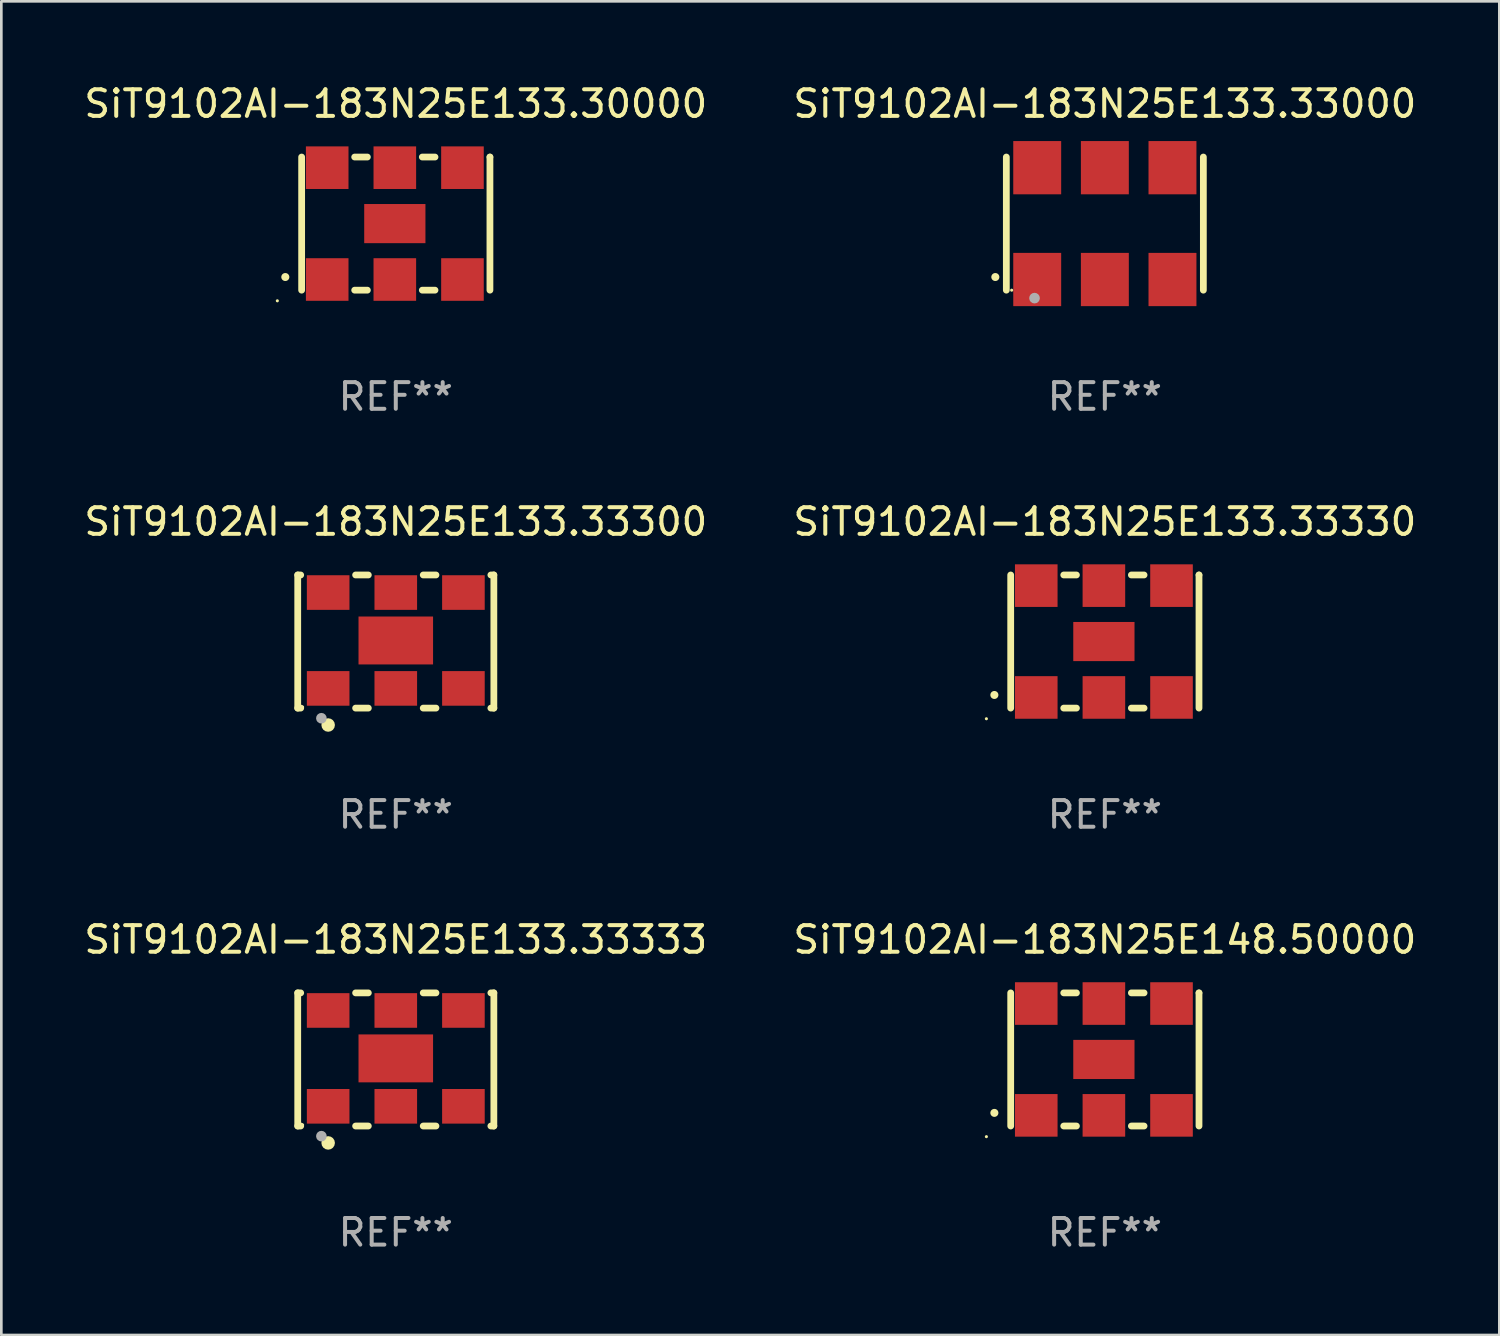
<source format=kicad_pcb>
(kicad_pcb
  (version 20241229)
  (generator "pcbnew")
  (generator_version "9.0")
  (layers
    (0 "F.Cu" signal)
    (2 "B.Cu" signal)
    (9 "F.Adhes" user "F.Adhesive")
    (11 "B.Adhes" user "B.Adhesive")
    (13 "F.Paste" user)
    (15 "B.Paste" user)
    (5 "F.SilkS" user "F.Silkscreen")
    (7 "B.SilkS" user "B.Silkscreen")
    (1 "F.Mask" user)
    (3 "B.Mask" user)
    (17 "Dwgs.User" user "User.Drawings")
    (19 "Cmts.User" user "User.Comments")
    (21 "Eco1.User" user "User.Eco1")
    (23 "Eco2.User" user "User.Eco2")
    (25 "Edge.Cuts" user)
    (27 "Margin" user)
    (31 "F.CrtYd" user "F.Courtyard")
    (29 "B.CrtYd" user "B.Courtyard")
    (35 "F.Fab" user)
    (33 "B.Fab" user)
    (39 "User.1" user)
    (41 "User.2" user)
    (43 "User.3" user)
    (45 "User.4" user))
  (footprint "SiT9102AI-183N25E133.33000"
    (layer "F.Cu")
    (at 38.446 5.348)
    (property "Reference" "SiT9102AI-183N25E133.33000" (at 0 -4.5 0) (layer "F.SilkS") (effects (font (size 1 1) (thickness 0.15))))
    (attr through_hole)
    (fp_line (start -3.7 -2.5) (end -3.7 2.5) (stroke (width 0.254) (type solid)) (layer "F.SilkS"))
    (fp_line (start 3.7 -2.5) (end 3.7 2.5) (stroke (width 0.254) (type solid)) (layer "F.SilkS"))
    (fp_arc (start -4.114415 2.006604) (mid -4.113145 2.006599) (end -4.111875 2.006604) (stroke (width 0.3) (type solid)) (layer "F.SilkS"))
    (fp_circle (center -3.5 2.501) (end -3.47 2.501) (stroke (width 0.06) (type solid)) (fill no) (layer "F.SilkS"))
    (fp_circle (center -2.641 2.799) (end -2.541 2.799) (stroke (width 0.2) (type solid)) (fill no) (layer "F.Fab"))
    (fp_text user "REF**" (at 0 6.5 0) (layer "F.Fab") (effects (font (size 1 1) (thickness 0.15))))
    (pad "1" smd rect (at -2.54 2.1) (size 1.8 2) (layers "F.Cu" "F.Mask" "F.Paste"))
    (pad "2" smd rect (at 0.000394 2.1) (size 1.8 2) (layers "F.Cu" "F.Mask" "F.Paste"))
    (pad "3" smd rect (at 2.54 2.1) (size 1.8 2) (layers "F.Cu" "F.Mask" "F.Paste"))
    (pad "4" smd rect (at 2.54 -2.1) (size 1.8 2) (layers "F.Cu" "F.Mask" "F.Paste"))
    (pad "5" smd rect (at 0.000394 -2.1) (size 1.8 2) (layers "F.Cu" "F.Mask" "F.Paste"))
    (pad "6" smd rect (at -2.54 -2.1) (size 1.8 2) (layers "F.Cu" "F.Mask" "F.Paste")))
  (footprint "SiT9102AI-183N25E133.30000"
    (layer "F.Cu")
    (at 11.815 5.348)
    (property "Reference" "SiT9102AI-183N25E133.30000" (at 0 -4.5 0) (layer "F.SilkS") (effects (font (size 1 1) (thickness 0.15))))
    (attr through_hole)
    (fp_line (start -3.536 -2.5) (end -3.536 2.5) (stroke (width 0.254) (type solid)) (layer "F.SilkS"))
    (fp_line (start -1.544 2.5) (end -1.067 2.5) (stroke (width 0.254) (type solid)) (layer "F.SilkS"))
    (fp_line (start -1.067 -2.5) (end -1.544 -2.5) (stroke (width 0.254) (type solid)) (layer "F.SilkS"))
    (fp_line (start 0.996 2.5) (end 1.473 2.5) (stroke (width 0.254) (type solid)) (layer "F.SilkS"))
    (fp_line (start 1.473 -2.5) (end 0.996 -2.5) (stroke (width 0.254) (type solid)) (layer "F.SilkS"))
    (fp_line (start 3.536 -2.5) (end 3.536 -2.5) (stroke (width 0.254) (type solid)) (layer "F.SilkS"))
    (fp_line (start 3.536 2.5) (end 3.536 -2.5) (stroke (width 0.254) (type solid)) (layer "F.SilkS"))
    (fp_arc (start -4.150432 2.006604) (mid -4.149162 2.006599) (end -4.147892 2.006604) (stroke (width 0.3) (type solid)) (layer "F.SilkS"))
    (fp_circle (center -4.449 2.9) (end -4.419 2.9) (stroke (width 0.06) (type solid)) (fill no) (layer "F.SilkS"))
    (fp_text user "REF**" (at 0 6.5 0) (layer "F.Fab") (effects (font (size 1 1) (thickness 0.15))))
    (pad "1" smd rect (at -2.576 2.1) (size 1.6 1.6) (layers "F.Cu" "F.Mask" "F.Paste"))
    (pad "2" smd rect (at -0.036 2.1) (size 1.6 1.6) (layers "F.Cu" "F.Mask" "F.Paste"))
    (pad "3" smd rect (at 2.504 2.1) (size 1.6 1.6) (layers "F.Cu" "F.Mask" "F.Paste"))
    (pad "4" smd rect (at 2.504 -2.1) (size 1.6 1.6) (layers "F.Cu" "F.Mask" "F.Paste"))
    (pad "5" smd rect (at -0.036 -2.1) (size 1.6 1.6) (layers "F.Cu" "F.Mask" "F.Paste"))
    (pad "6" smd rect (at -2.576 -2.1) (size 1.6 1.6) (layers "F.Cu" "F.Mask" "F.Paste"))
    (pad "7" smd rect (at -0.036 0) (size 2.3 1.47) (layers "F.Cu" "F.Mask" "F.Paste")))
  (footprint "SiT9102AI-183N25E148.50000"
    (layer "F.Cu")
    (at 38.446 36.741)
    (property "Reference" "SiT9102AI-183N25E148.50000" (at 0 -4.5 0) (layer "F.SilkS") (effects (font (size 1 1) (thickness 0.15))))
    (attr through_hole)
    (fp_line (start -3.536 -2.5) (end -3.536 2.5) (stroke (width 0.254) (type solid)) (layer "F.SilkS"))
    (fp_line (start -1.544 2.5) (end -1.067 2.5) (stroke (width 0.254) (type solid)) (layer "F.SilkS"))
    (fp_line (start -1.067 -2.5) (end -1.544 -2.5) (stroke (width 0.254) (type solid)) (layer "F.SilkS"))
    (fp_line (start 0.996 2.5) (end 1.473 2.5) (stroke (width 0.254) (type solid)) (layer "F.SilkS"))
    (fp_line (start 1.473 -2.5) (end 0.996 -2.5) (stroke (width 0.254) (type solid)) (layer "F.SilkS"))
    (fp_line (start 3.536 -2.5) (end 3.536 -2.5) (stroke (width 0.254) (type solid)) (layer "F.SilkS"))
    (fp_line (start 3.536 2.5) (end 3.536 -2.5) (stroke (width 0.254) (type solid)) (layer "F.SilkS"))
    (fp_arc (start -4.150432 2.006604) (mid -4.149162 2.006599) (end -4.147892 2.006604) (stroke (width 0.3) (type solid)) (layer "F.SilkS"))
    (fp_circle (center -4.449 2.9) (end -4.419 2.9) (stroke (width 0.06) (type solid)) (fill no) (layer "F.SilkS"))
    (fp_text user "REF**" (at 0 6.5 0) (layer "F.Fab") (effects (font (size 1 1) (thickness 0.15))))
    (pad "1" smd rect (at -2.576 2.1) (size 1.6 1.6) (layers "F.Cu" "F.Mask" "F.Paste"))
    (pad "2" smd rect (at -0.036 2.1) (size 1.6 1.6) (layers "F.Cu" "F.Mask" "F.Paste"))
    (pad "3" smd rect (at 2.504 2.1) (size 1.6 1.6) (layers "F.Cu" "F.Mask" "F.Paste"))
    (pad "4" smd rect (at 2.504 -2.1) (size 1.6 1.6) (layers "F.Cu" "F.Mask" "F.Paste"))
    (pad "5" smd rect (at -0.036 -2.1) (size 1.6 1.6) (layers "F.Cu" "F.Mask" "F.Paste"))
    (pad "6" smd rect (at -2.576 -2.1) (size 1.6 1.6) (layers "F.Cu" "F.Mask" "F.Paste"))
    (pad "7" smd rect (at -0.036 0) (size 2.3 1.47) (layers "F.Cu" "F.Mask" "F.Paste")))
  (footprint "SiT9102AI-183N25E133.33330"
    (layer "F.Cu")
    (at 38.446 21.045)
    (property "Reference" "SiT9102AI-183N25E133.33330" (at 0 -4.5 0) (layer "F.SilkS") (effects (font (size 1 1) (thickness 0.15))))
    (attr through_hole)
    (fp_line (start -3.536 -2.5) (end -3.536 2.5) (stroke (width 0.254) (type solid)) (layer "F.SilkS"))
    (fp_line (start -1.544 2.5) (end -1.067 2.5) (stroke (width 0.254) (type solid)) (layer "F.SilkS"))
    (fp_line (start -1.067 -2.5) (end -1.544 -2.5) (stroke (width 0.254) (type solid)) (layer "F.SilkS"))
    (fp_line (start 0.996 2.5) (end 1.473 2.5) (stroke (width 0.254) (type solid)) (layer "F.SilkS"))
    (fp_line (start 1.473 -2.5) (end 0.996 -2.5) (stroke (width 0.254) (type solid)) (layer "F.SilkS"))
    (fp_line (start 3.536 -2.5) (end 3.536 -2.5) (stroke (width 0.254) (type solid)) (layer "F.SilkS"))
    (fp_line (start 3.536 2.5) (end 3.536 -2.5) (stroke (width 0.254) (type solid)) (layer "F.SilkS"))
    (fp_arc (start -4.150432 2.006604) (mid -4.149162 2.006599) (end -4.147892 2.006604) (stroke (width 0.3) (type solid)) (layer "F.SilkS"))
    (fp_circle (center -4.449 2.9) (end -4.419 2.9) (stroke (width 0.06) (type solid)) (fill no) (layer "F.SilkS"))
    (fp_text user "REF**" (at 0 6.5 0) (layer "F.Fab") (effects (font (size 1 1) (thickness 0.15))))
    (pad "1" smd rect (at -2.576 2.1) (size 1.6 1.6) (layers "F.Cu" "F.Mask" "F.Paste"))
    (pad "2" smd rect (at -0.036 2.1) (size 1.6 1.6) (layers "F.Cu" "F.Mask" "F.Paste"))
    (pad "3" smd rect (at 2.504 2.1) (size 1.6 1.6) (layers "F.Cu" "F.Mask" "F.Paste"))
    (pad "4" smd rect (at 2.504 -2.1) (size 1.6 1.6) (layers "F.Cu" "F.Mask" "F.Paste"))
    (pad "5" smd rect (at -0.036 -2.1) (size 1.6 1.6) (layers "F.Cu" "F.Mask" "F.Paste"))
    (pad "6" smd rect (at -2.576 -2.1) (size 1.6 1.6) (layers "F.Cu" "F.Mask" "F.Paste"))
    (pad "7" smd rect (at -0.036 0) (size 2.3 1.47) (layers "F.Cu" "F.Mask" "F.Paste")))
  (footprint "SiT9102AI-183N25E133.33333"
    (layer "F.Cu")
    (at 11.815 36.741)
    (property "Reference" "SiT9102AI-183N25E133.33333" (at 0 -4.5 0) (layer "F.SilkS") (effects (font (size 1 1) (thickness 0.15))))
    (attr through_hole)
    (fp_line (start -3.683 -2.5) (end -3.571 -2.5) (stroke (width 0.254) (type solid)) (layer "F.SilkS"))
    (fp_line (start -3.683 2.5) (end -3.683 -2.5) (stroke (width 0.254) (type solid)) (layer "F.SilkS"))
    (fp_line (start -3.683 2.5) (end -3.571 2.5) (stroke (width 0.254) (type solid)) (layer "F.SilkS"))
    (fp_line (start -1.509 -2.5) (end -1.031 -2.5) (stroke (width 0.254) (type solid)) (layer "F.SilkS"))
    (fp_line (start -1.509 2.5) (end -1.031 2.5) (stroke (width 0.254) (type solid)) (layer "F.SilkS"))
    (fp_line (start 1.031 -2.5) (end 1.509 -2.5) (stroke (width 0.254) (type solid)) (layer "F.SilkS"))
    (fp_line (start 1.031 2.5) (end 1.509 2.5) (stroke (width 0.254) (type solid)) (layer "F.SilkS"))
    (fp_line (start 3.571 -2.5) (end 3.683 -2.5) (stroke (width 0.254) (type solid)) (layer "F.SilkS"))
    (fp_line (start 3.571 2.5) (end 3.683 2.5) (stroke (width 0.254) (type solid)) (layer "F.SilkS"))
    (fp_line (start 3.683 2.5) (end 3.683 -2.5) (stroke (width 0.254) (type solid)) (layer "F.SilkS"))
    (fp_circle (center -3.5 2.46) (end -3.47 2.46) (stroke (width 0.06) (type solid)) (fill no) (layer "F.SilkS"))
    (fp_circle (center -2.54 3.135) (end -2.413 3.135) (stroke (width 0.254) (type solid)) (fill no) (layer "F.SilkS"))
    (fp_circle (center -2.794 2.881) (end -2.694 2.881) (stroke (width 0.2) (type solid)) (fill no) (layer "F.Fab"))
    (fp_text user "REF**" (at 0 6.5 0) (layer "F.Fab") (effects (font (size 1 1) (thickness 0.15))))
    (pad "1" smd rect (at -2.54 1.76) (size 1.6 1.3) (layers "F.Cu" "F.Mask" "F.Paste"))
    (pad "2" smd rect (at 0 1.76) (size 1.6 1.3) (layers "F.Cu" "F.Mask" "F.Paste"))
    (pad "3" smd rect (at 2.54 1.76) (size 1.6 1.3) (layers "F.Cu" "F.Mask" "F.Paste"))
    (pad "4" smd rect (at 2.54 -1.84) (size 1.6 1.3) (layers "F.Cu" "F.Mask" "F.Paste"))
    (pad "5" smd rect (at 0 -1.84) (size 1.6 1.3) (layers "F.Cu" "F.Mask" "F.Paste"))
    (pad "6" smd rect (at -2.54 -1.84) (size 1.6 1.3) (layers "F.Cu" "F.Mask" "F.Paste"))
    (pad "7" smd rect (at 0 -0.04) (size 2.8 1.8) (layers "F.Cu" "F.Mask" "F.Paste")))
  (footprint "SiT9102AI-183N25E133.33300"
    (layer "F.Cu")
    (at 11.815 21.045)
    (property "Reference" "SiT9102AI-183N25E133.33300" (at 0 -4.5 0) (layer "F.SilkS") (effects (font (size 1 1) (thickness 0.15))))
    (attr through_hole)
    (fp_line (start -3.683 -2.5) (end -3.571 -2.5) (stroke (width 0.254) (type solid)) (layer "F.SilkS"))
    (fp_line (start -3.683 2.5) (end -3.683 -2.5) (stroke (width 0.254) (type solid)) (layer "F.SilkS"))
    (fp_line (start -3.683 2.5) (end -3.571 2.5) (stroke (width 0.254) (type solid)) (layer "F.SilkS"))
    (fp_line (start -1.509 -2.5) (end -1.031 -2.5) (stroke (width 0.254) (type solid)) (layer "F.SilkS"))
    (fp_line (start -1.509 2.5) (end -1.031 2.5) (stroke (width 0.254) (type solid)) (layer "F.SilkS"))
    (fp_line (start 1.031 -2.5) (end 1.509 -2.5) (stroke (width 0.254) (type solid)) (layer "F.SilkS"))
    (fp_line (start 1.031 2.5) (end 1.509 2.5) (stroke (width 0.254) (type solid)) (layer "F.SilkS"))
    (fp_line (start 3.571 -2.5) (end 3.683 -2.5) (stroke (width 0.254) (type solid)) (layer "F.SilkS"))
    (fp_line (start 3.571 2.5) (end 3.683 2.5) (stroke (width 0.254) (type solid)) (layer "F.SilkS"))
    (fp_line (start 3.683 2.5) (end 3.683 -2.5) (stroke (width 0.254) (type solid)) (layer "F.SilkS"))
    (fp_circle (center -3.5 2.46) (end -3.47 2.46) (stroke (width 0.06) (type solid)) (fill no) (layer "F.SilkS"))
    (fp_circle (center -2.54 3.135) (end -2.413 3.135) (stroke (width 0.254) (type solid)) (fill no) (layer "F.SilkS"))
    (fp_circle (center -2.794 2.881) (end -2.694 2.881) (stroke (width 0.2) (type solid)) (fill no) (layer "F.Fab"))
    (fp_text user "REF**" (at 0 6.5 0) (layer "F.Fab") (effects (font (size 1 1) (thickness 0.15))))
    (pad "1" smd rect (at -2.54 1.76) (size 1.6 1.3) (layers "F.Cu" "F.Mask" "F.Paste"))
    (pad "2" smd rect (at 0 1.76) (size 1.6 1.3) (layers "F.Cu" "F.Mask" "F.Paste"))
    (pad "3" smd rect (at 2.54 1.76) (size 1.6 1.3) (layers "F.Cu" "F.Mask" "F.Paste"))
    (pad "4" smd rect (at 2.54 -1.84) (size 1.6 1.3) (layers "F.Cu" "F.Mask" "F.Paste"))
    (pad "5" smd rect (at 0 -1.84) (size 1.6 1.3) (layers "F.Cu" "F.Mask" "F.Paste"))
    (pad "6" smd rect (at -2.54 -1.84) (size 1.6 1.3) (layers "F.Cu" "F.Mask" "F.Paste"))
    (pad "7" smd rect (at 0 -0.04) (size 2.8 1.8) (layers "F.Cu" "F.Mask" "F.Paste")))
  (gr_rect
    (start -3 -3)
    (end 53.262 47.09)
    (stroke (width 0.1) (type default))
    (fill no)
    (layer "Edge.Cuts")))
</source>
